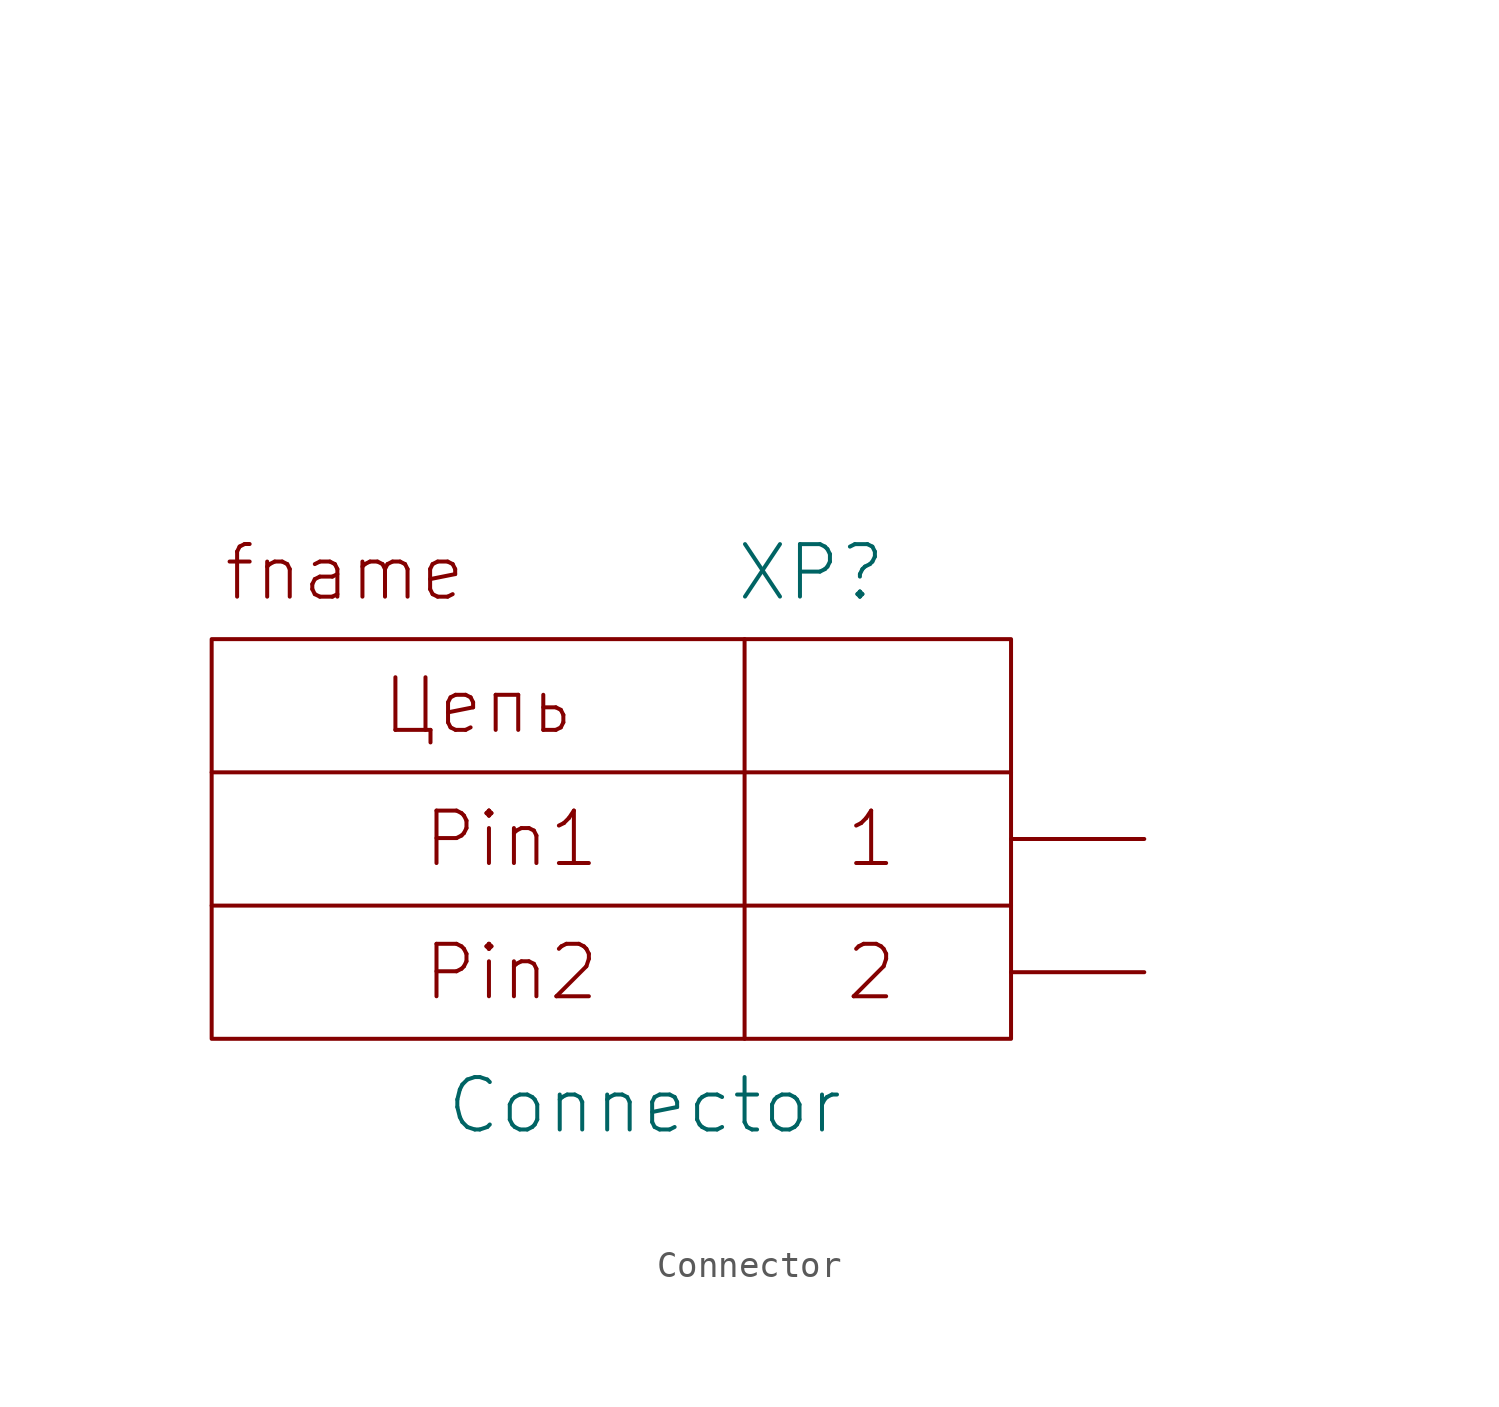
<source format=kicad_sym>
(kicad_symbol_lib
  (version 20211014)
  (generator kicad_symbol_editor)
  (symbol "Connector"
    (pin_numbers hide)
    (pin_names hide)
    (property "Reference" "XP"
      (at 2.54 7.62 0)
      (effects (font (size 2 2))))
    (property "Value" "Connector"
      (at -3.81 -12.7 0)
      (effects (font (size 2 2))))
    (property "Footprint" ""
      (at 20.32 7.62 0)
      (effects (font (size 2 2))))
    (property "Datasheet" ""
      (at -2.54 21.59 0)
      (effects (font (size 1.27 1.27))))
    (property "ki_locked" ""
      (at 0 0 0)
      (effects (font (size 1.27 1.27))))
    (property "ki_keywords" ""
      (at 0 0 0)
      (effects (font (size 1.27 1.27))))
    (property "ki_description" "Desc"
      (at 0 0 0)
      (effects (font (size 1.27 1.27))))
    (symbol "Connector_1_0"
      (rectangle (start -20.32 5.08) (end 10.16 -10.16) (stroke (width 0) (type default) (color 0 0 0 0)) (fill (type none)))
      (polyline (pts (xy -20.32 0) (xy 10.16 0)) (stroke (width 0) (type default) (color 0 0 0 0)) (fill (type none)))
      (polyline (pts (xy -20.32 -5.08) (xy 10.16 -5.08)) (stroke (width 0) (type default) (color 0 0 0 0)) (fill (type none)))
      (polyline (pts (xy 0 5.08) (xy 0 -10.16)) (stroke (width 0) (type default) (color 0 0 0 0)) (fill (type none))))
    (symbol "Connector_1_1"
      (text "Цепь" (at -10.16 2.54 0) (effects (font (size 2.007 2.007))))
      (text "fname" (at -15.24 7.62 0) (effects (font (size 2.007 2.007))))
      (text "1" (at 4.826 -2.540 0) (effects (font (size 2 2))))
      (text "Pin1" (at -8.89 -2.540 0) (effects (font (size 2 2))))
      (text "2" (at 4.826 -7.620 0) (effects (font (size 2 2))))
      (text "Pin2" (at -8.89 -7.620 0) (effects (font (size 2 2))))
      (pin passive line (at 15.24 -2.540 180) (length 5.08) (name "Pin1" (effects (font (size 1.27 1.27)))) (number "1" (effects (font (size 1.27 1.27)))))
      (pin passive line (at 15.24 -7.620 180) (length 5.08) (name "Pin2" (effects (font (size 1.27 1.27)))) (number "2" (effects (font (size 1.27 1.27))))))))
</source>
